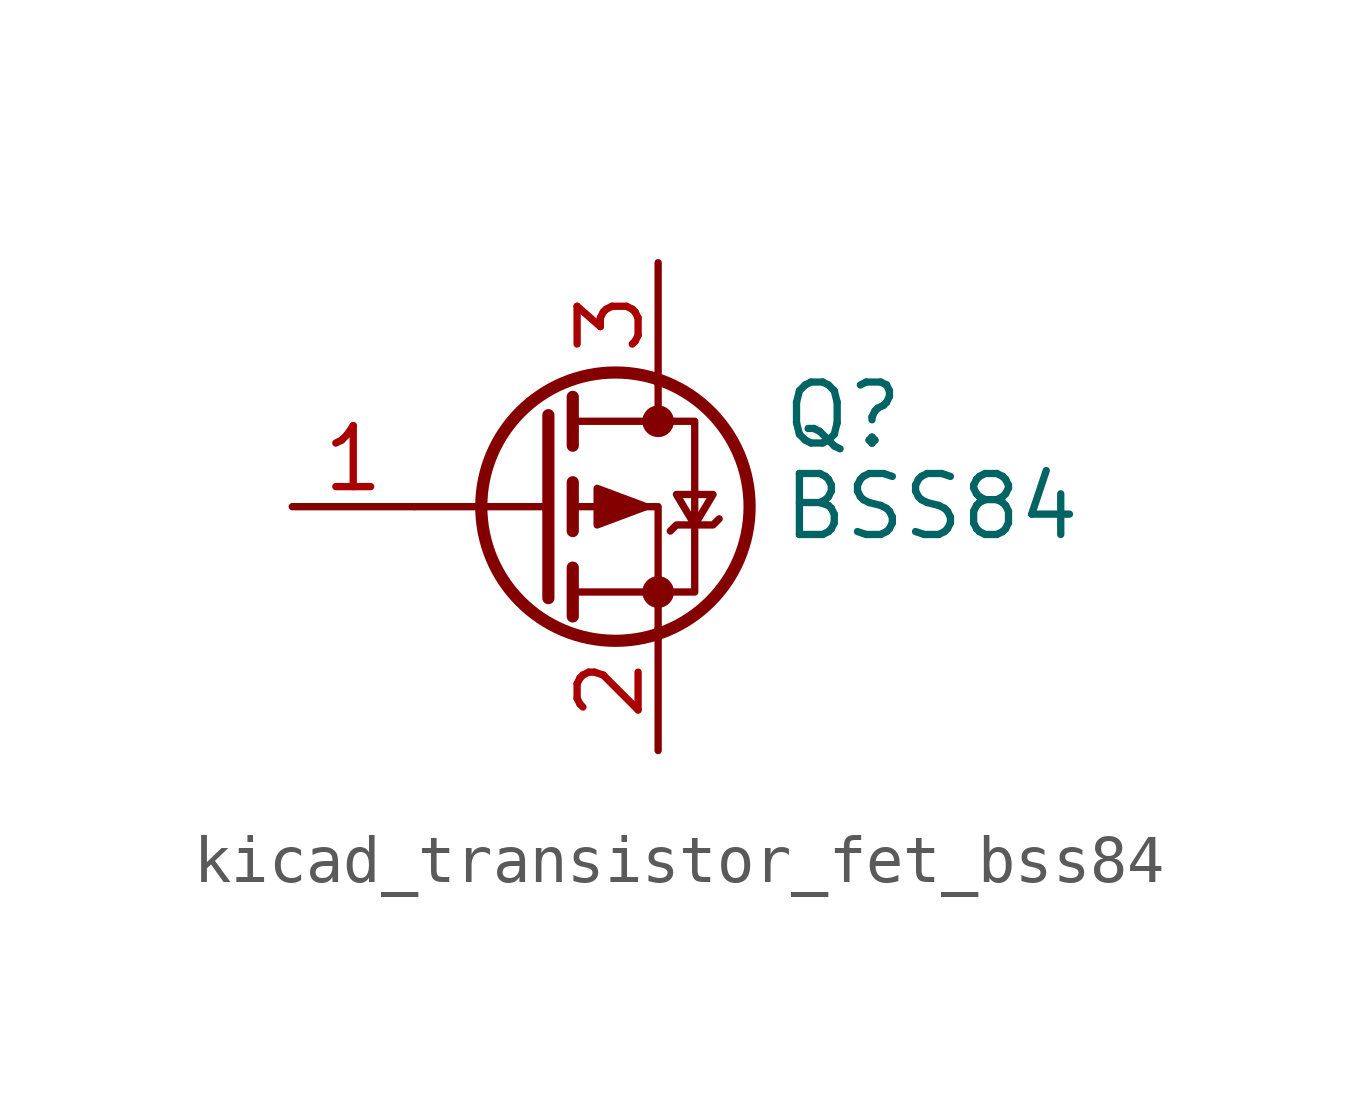
<source format=kicad_sym>
(kicad_symbol_lib
  (version 20220914)
  (generator kicad_symbol_editor)
  (symbol "kicad_transistor_fet_bss84"
    (pin_names hide)
    (property "Reference" "Q"
      (at 5.08 1.905 0)
      (effects (font (size 1.27 1.27)) (justify left)))
    (property "Value" "BSS84"
      (at 5.08 0 0)
      (effects (font (size 1.27 1.27)) (justify left)))
    (symbol "kicad_transistor_fet_bss84_0_1"
      (polyline (pts (xy 0.254 0) (xy -2.54 0)) (stroke (width 0) (type default)) (fill (type none)))
      (polyline (pts (xy 0.254 1.905) (xy 0.254 -1.905)) (stroke (width 0.254) (type default)) (fill (type none)))
      (polyline (pts (xy 0.762 -1.27) (xy 0.762 -2.286)) (stroke (width 0.254) (type default)) (fill (type none)))
      (polyline (pts (xy 0.762 0.508) (xy 0.762 -0.508)) (stroke (width 0.254) (type default)) (fill (type none)))
      (polyline (pts (xy 0.762 2.286) (xy 0.762 1.27)) (stroke (width 0.254) (type default)) (fill (type none)))
      (polyline (pts (xy 2.54 2.54) (xy 2.54 1.778)) (stroke (width 0) (type default)) (fill (type none)))
      (polyline (pts (xy 2.54 -2.54) (xy 2.54 0) (xy 0.762 0)) (stroke (width 0) (type default)) (fill (type none)))
      (polyline (pts (xy 0.762 1.778) (xy 3.302 1.778) (xy 3.302 -1.778) (xy 0.762 -1.778)) (stroke (width 0) (type default)) (fill (type none)))
      (polyline (pts (xy 2.286 0) (xy 1.27 0.381) (xy 1.27 -0.381) (xy 2.286 0)) (stroke (width 0) (type default)) (fill (type outline)))
      (polyline (pts (xy 2.794 -0.508) (xy 2.921 -0.381) (xy 3.683 -0.381) (xy 3.81 -0.254)) (stroke (width 0) (type default)) (fill (type none)))
      (polyline (pts (xy 3.302 -0.381) (xy 2.921 0.254) (xy 3.683 0.254) (xy 3.302 -0.381)) (stroke (width 0) (type default)) (fill (type none)))
      (circle (center 1.651 0) (radius 2.794) (stroke (width 0.254) (type default)) (fill (type none)))
      (circle (center 2.54 -1.778) (radius 0.254) (stroke (width 0) (type default)) (fill (type outline)))
      (circle (center 2.54 1.778) (radius 0.254) (stroke (width 0) (type default)) (fill (type outline))))
    (symbol "kicad_transistor_fet_bss84_1_1"
      (pin input line (at -5.08 0 0) (length 2.54) (name "G" (effects (font (size 1.27 1.27)))) (number "1" (effects (font (size 1.27 1.27)))))
      (pin passive line (at 2.54 -5.08 90) (length 2.54) (name "S" (effects (font (size 1.27 1.27)))) (number "2" (effects (font (size 1.27 1.27)))))
      (pin passive line (at 2.54 5.08 270) (length 2.54) (name "D" (effects (font (size 1.27 1.27)))) (number "3" (effects (font (size 1.27 1.27))))))))
</source>
